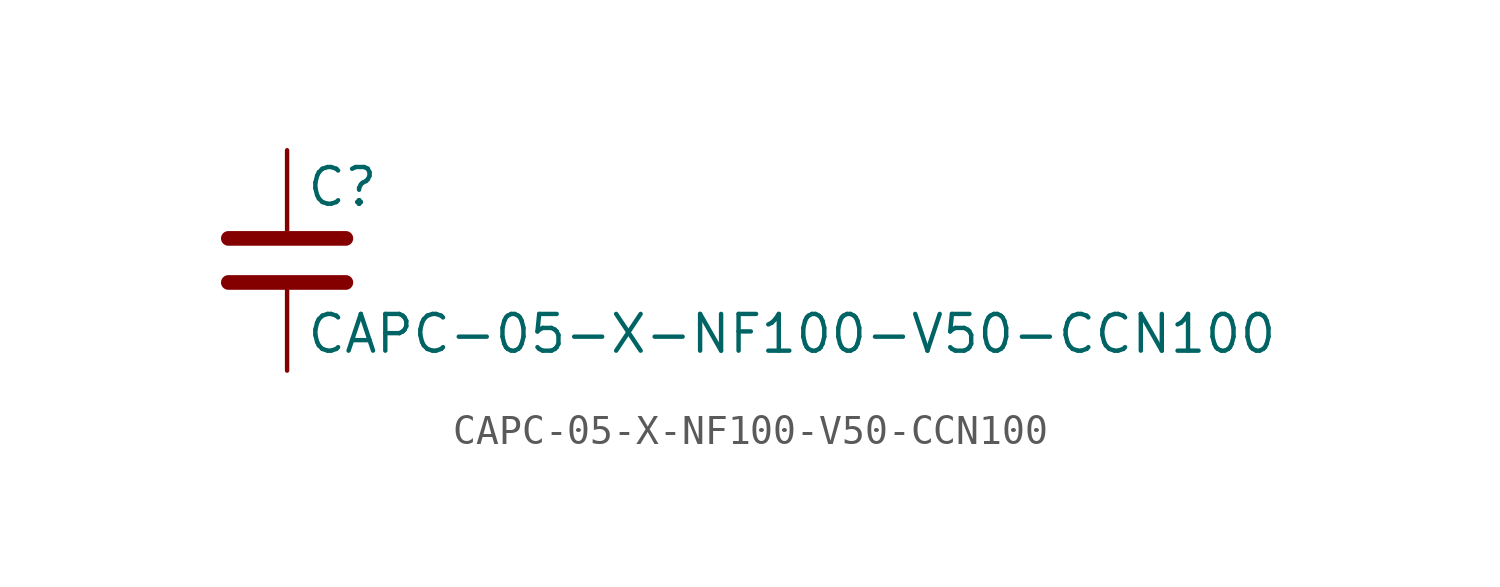
<source format=kicad_sym>
(kicad_symbol_lib
  (version 20211014)
  (generator kicad_symbol_editor)
  (symbol "CAPC-05-X-NF100-V50-CCN100"
    (pin_numbers hide)
    (pin_names
      (offset 0.254))
    (property "Reference" "C"
      (at 0.635 2.54 0)
      (effects (font (size 1.27 1.27)) (justify left)))
    (property "Value" "CAPC-05-X-NF100-V50-CCN100"
      (at 0.635 -2.54 0)
      (effects (font (size 1.27 1.27)) (justify left)))
    (symbol "CAPC-05-X-NF100-V50-CCN100_0_1"
      (polyline (pts (xy -2.032 -0.762) (xy 2.032 -0.762)) (stroke (width 0.508) (type default) (color 0 0 0 0)) (fill (type none)))
      (polyline (pts (xy -2.032 0.762) (xy 2.032 0.762)) (stroke (width 0.508) (type default) (color 0 0 0 0)) (fill (type none))))
    (symbol "CAPC-05-X-NF100-V50-CCN100_1_1"
      (pin passive line (at 0 3.81 270) (length 2.794) (name "~" (effects (font (size 1.27 1.27)))) (number "1" (effects (font (size 1.27 1.27)))))
      (pin passive line (at 0 -3.81 90) (length 2.794) (name "~" (effects (font (size 1.27 1.27)))) (number "2" (effects (font (size 1.27 1.27))))))))
</source>
